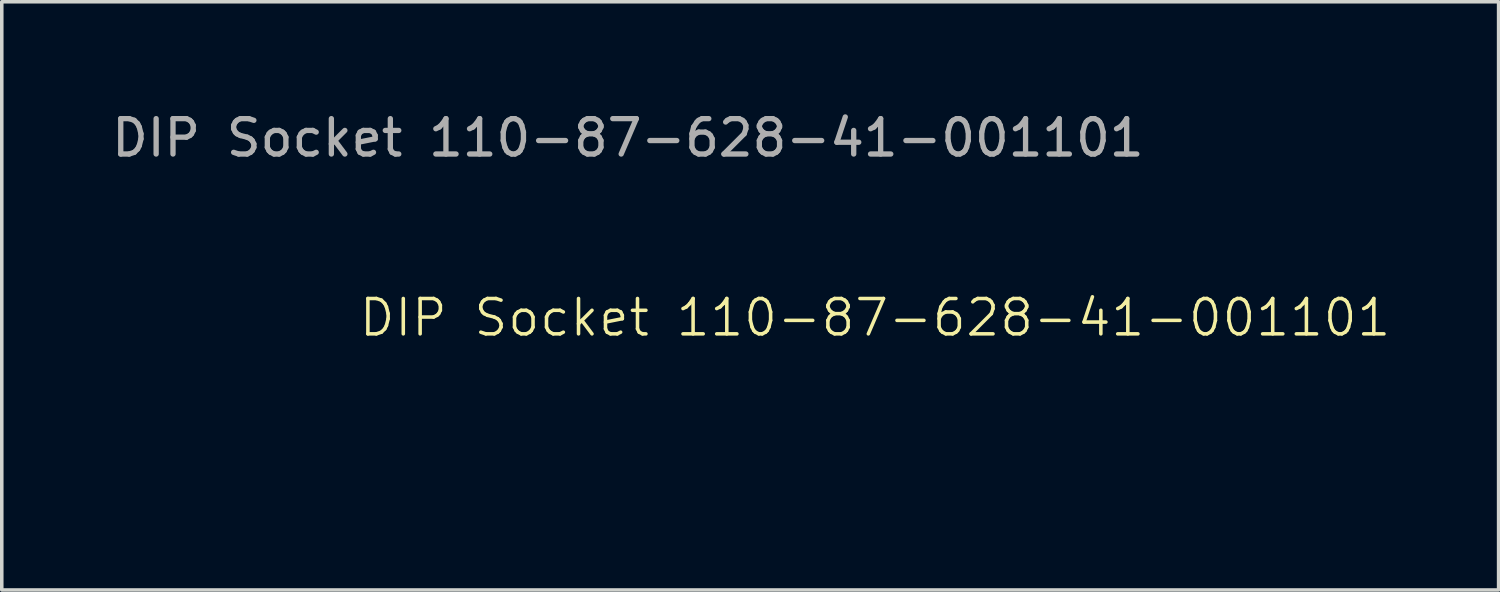
<source format=kicad_pcb>
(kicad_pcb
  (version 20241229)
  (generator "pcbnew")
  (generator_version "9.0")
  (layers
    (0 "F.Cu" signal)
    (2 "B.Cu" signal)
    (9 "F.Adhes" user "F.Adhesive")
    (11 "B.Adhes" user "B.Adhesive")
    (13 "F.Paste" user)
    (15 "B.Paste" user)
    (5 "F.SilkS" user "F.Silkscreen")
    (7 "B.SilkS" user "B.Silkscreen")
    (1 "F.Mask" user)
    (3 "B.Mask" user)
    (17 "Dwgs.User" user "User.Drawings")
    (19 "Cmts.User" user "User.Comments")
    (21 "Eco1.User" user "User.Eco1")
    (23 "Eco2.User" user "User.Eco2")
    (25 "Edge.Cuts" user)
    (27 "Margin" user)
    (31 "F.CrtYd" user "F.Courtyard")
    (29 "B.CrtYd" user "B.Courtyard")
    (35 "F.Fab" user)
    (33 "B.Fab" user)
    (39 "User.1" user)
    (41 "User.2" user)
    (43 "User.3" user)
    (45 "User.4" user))
  (footprint "DIP Socket 110-87-628-41-001101"
    (layer "F.Cu")
    (at 12.791 10.373)
    (property "Reference" "DIP Socket 110-87-628-41-001101" (at 8.89 -4.445 0) (unlocked yes) (layer "F.SilkS") (effects (font (size 1 1) (thickness 0.1))))
    (attr through_hole)
    (fp_text user "${REFERENCE}" (at 1.905 -9.525 0) (unlocked yes) (layer "F.Fab") (effects (font (size 1 1) (thickness 0.15)))))
  (gr_rect
    (start -3 -3)
    (end 39.303 13.623)
    (stroke (width 0.1) (type default))
    (fill no)
    (layer "Edge.Cuts")))
</source>
